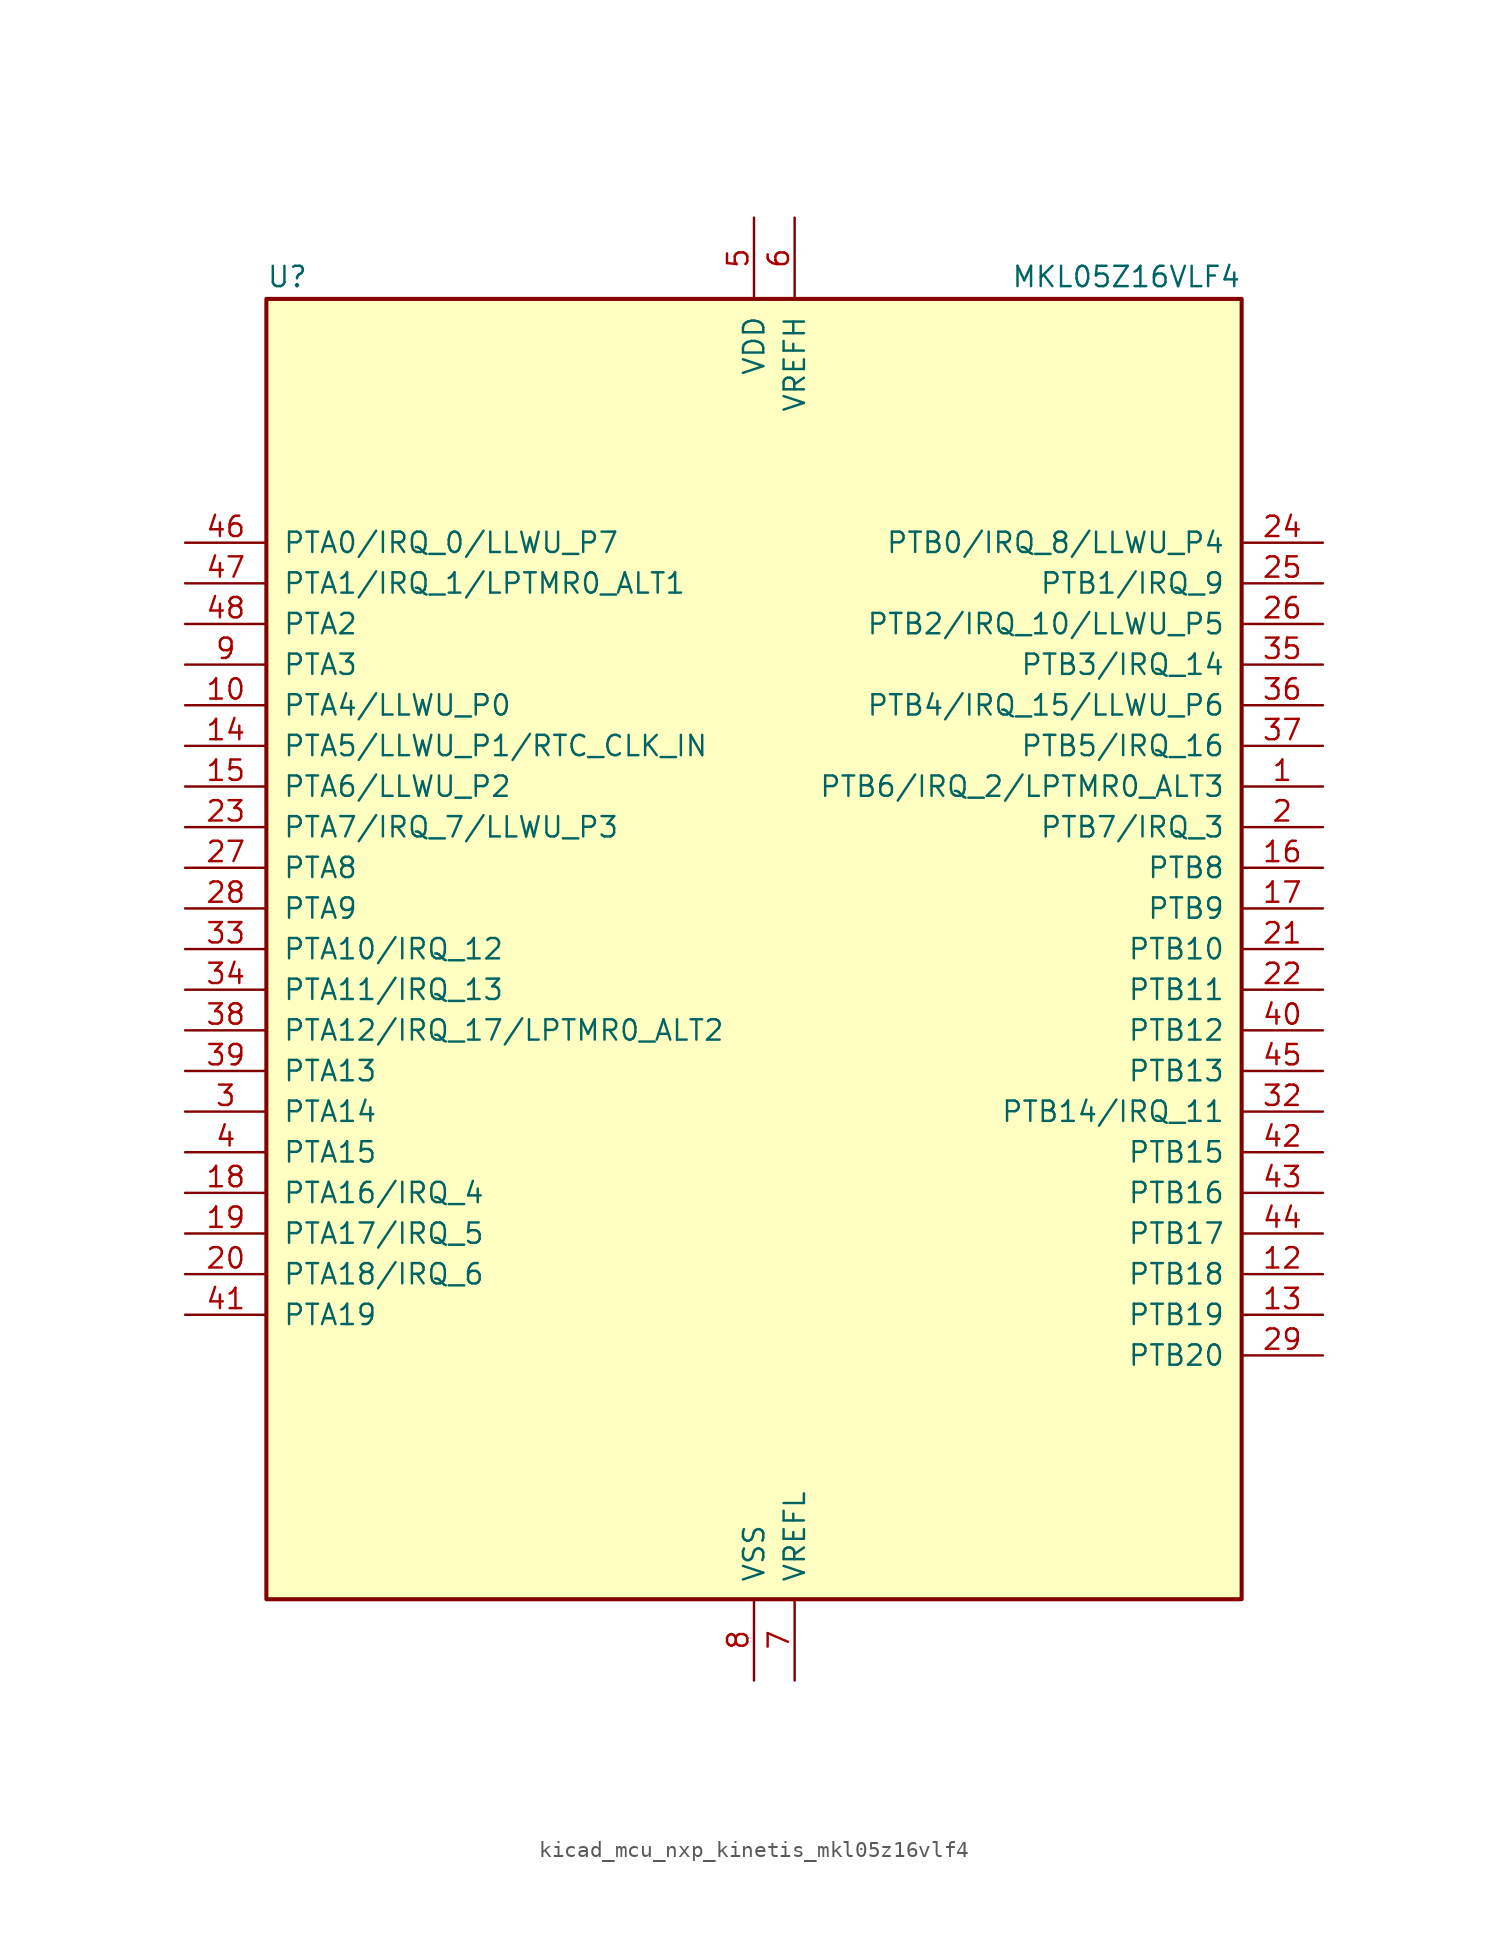
<source format=kicad_sym>
(kicad_symbol_lib
  (version 20220914)
  (generator kicad_symbol_editor)
  (symbol "kicad_mcu_nxp_kinetis_mkl05z16vlf4"
    (pin_names
      (offset 1.016))
    (property "Reference" "U"
      (at -30.48 41.275 0)
      (effects (font (size 1.27 1.27)) (justify left bottom)))
    (property "Value" "MKL05Z16VLF4"
      (at 30.48 41.275 0)
      (effects (font (size 1.27 1.27)) (justify right bottom)))
    (symbol "kicad_mcu_nxp_kinetis_mkl05z16vlf4_0_1"
      (rectangle (start -30.48 40.64) (end 30.48 -40.64) (stroke (width 0.254) (type default)) (fill (type background))))
    (symbol "kicad_mcu_nxp_kinetis_mkl05z16vlf4_1_1"
      (pin bidirectional line (at 35.56 10.16 180) (length 5.08) (name "PTB6/IRQ_2/LPTMR0_ALT3" (effects (font (size 1.27 1.27)))) (number "1" (effects (font (size 1.27 1.27)))))
      (pin bidirectional line (at -35.56 15.24 0) (length 5.08) (name "PTA4/LLWU_P0" (effects (font (size 1.27 1.27)))) (number "10" (effects (font (size 1.27 1.27)))))
      (pin passive line (at 0 -45.72 90) (length 5.08) hide (name "VSS" (effects (font (size 1.27 1.27)))) (number "11" (effects (font (size 1.27 1.27)))))
      (pin bidirectional line (at 35.56 -20.32 180) (length 5.08) (name "PTB18" (effects (font (size 1.27 1.27)))) (number "12" (effects (font (size 1.27 1.27)))))
      (pin bidirectional line (at 35.56 -22.86 180) (length 5.08) (name "PTB19" (effects (font (size 1.27 1.27)))) (number "13" (effects (font (size 1.27 1.27)))))
      (pin bidirectional line (at -35.56 12.7 0) (length 5.08) (name "PTA5/LLWU_P1/RTC_CLK_IN" (effects (font (size 1.27 1.27)))) (number "14" (effects (font (size 1.27 1.27)))))
      (pin bidirectional line (at -35.56 10.16 0) (length 5.08) (name "PTA6/LLWU_P2" (effects (font (size 1.27 1.27)))) (number "15" (effects (font (size 1.27 1.27)))))
      (pin bidirectional line (at 35.56 5.08 180) (length 5.08) (name "PTB8" (effects (font (size 1.27 1.27)))) (number "16" (effects (font (size 1.27 1.27)))))
      (pin bidirectional line (at 35.56 2.54 180) (length 5.08) (name "PTB9" (effects (font (size 1.27 1.27)))) (number "17" (effects (font (size 1.27 1.27)))))
      (pin bidirectional line (at -35.56 -15.24 0) (length 5.08) (name "PTA16/IRQ_4" (effects (font (size 1.27 1.27)))) (number "18" (effects (font (size 1.27 1.27)))))
      (pin bidirectional line (at -35.56 -17.78 0) (length 5.08) (name "PTA17/IRQ_5" (effects (font (size 1.27 1.27)))) (number "19" (effects (font (size 1.27 1.27)))))
      (pin bidirectional line (at 35.56 7.62 180) (length 5.08) (name "PTB7/IRQ_3" (effects (font (size 1.27 1.27)))) (number "2" (effects (font (size 1.27 1.27)))))
      (pin bidirectional line (at -35.56 -20.32 0) (length 5.08) (name "PTA18/IRQ_6" (effects (font (size 1.27 1.27)))) (number "20" (effects (font (size 1.27 1.27)))))
      (pin bidirectional line (at 35.56 0 180) (length 5.08) (name "PTB10" (effects (font (size 1.27 1.27)))) (number "21" (effects (font (size 1.27 1.27)))))
      (pin bidirectional line (at 35.56 -2.54 180) (length 5.08) (name "PTB11" (effects (font (size 1.27 1.27)))) (number "22" (effects (font (size 1.27 1.27)))))
      (pin bidirectional line (at -35.56 7.62 0) (length 5.08) (name "PTA7/IRQ_7/LLWU_P3" (effects (font (size 1.27 1.27)))) (number "23" (effects (font (size 1.27 1.27)))))
      (pin bidirectional line (at 35.56 25.4 180) (length 5.08) (name "PTB0/IRQ_8/LLWU_P4" (effects (font (size 1.27 1.27)))) (number "24" (effects (font (size 1.27 1.27)))))
      (pin bidirectional line (at 35.56 22.86 180) (length 5.08) (name "PTB1/IRQ_9" (effects (font (size 1.27 1.27)))) (number "25" (effects (font (size 1.27 1.27)))))
      (pin bidirectional line (at 35.56 20.32 180) (length 5.08) (name "PTB2/IRQ_10/LLWU_P5" (effects (font (size 1.27 1.27)))) (number "26" (effects (font (size 1.27 1.27)))))
      (pin bidirectional line (at -35.56 5.08 0) (length 5.08) (name "PTA8" (effects (font (size 1.27 1.27)))) (number "27" (effects (font (size 1.27 1.27)))))
      (pin bidirectional line (at -35.56 2.54 0) (length 5.08) (name "PTA9" (effects (font (size 1.27 1.27)))) (number "28" (effects (font (size 1.27 1.27)))))
      (pin bidirectional line (at 35.56 -25.4 180) (length 5.08) (name "PTB20" (effects (font (size 1.27 1.27)))) (number "29" (effects (font (size 1.27 1.27)))))
      (pin bidirectional line (at -35.56 -10.16 0) (length 5.08) (name "PTA14" (effects (font (size 1.27 1.27)))) (number "3" (effects (font (size 1.27 1.27)))))
      (pin passive line (at 0 -45.72 90) (length 5.08) hide (name "VSS" (effects (font (size 1.27 1.27)))) (number "30" (effects (font (size 1.27 1.27)))))
      (pin passive line (at 0 45.72 270) (length 5.08) hide (name "VDD" (effects (font (size 1.27 1.27)))) (number "31" (effects (font (size 1.27 1.27)))))
      (pin bidirectional line (at 35.56 -10.16 180) (length 5.08) (name "PTB14/IRQ_11" (effects (font (size 1.27 1.27)))) (number "32" (effects (font (size 1.27 1.27)))))
      (pin bidirectional line (at -35.56 0 0) (length 5.08) (name "PTA10/IRQ_12" (effects (font (size 1.27 1.27)))) (number "33" (effects (font (size 1.27 1.27)))))
      (pin bidirectional line (at -35.56 -2.54 0) (length 5.08) (name "PTA11/IRQ_13" (effects (font (size 1.27 1.27)))) (number "34" (effects (font (size 1.27 1.27)))))
      (pin bidirectional line (at 35.56 17.78 180) (length 5.08) (name "PTB3/IRQ_14" (effects (font (size 1.27 1.27)))) (number "35" (effects (font (size 1.27 1.27)))))
      (pin bidirectional line (at 35.56 15.24 180) (length 5.08) (name "PTB4/IRQ_15/LLWU_P6" (effects (font (size 1.27 1.27)))) (number "36" (effects (font (size 1.27 1.27)))))
      (pin bidirectional line (at 35.56 12.7 180) (length 5.08) (name "PTB5/IRQ_16" (effects (font (size 1.27 1.27)))) (number "37" (effects (font (size 1.27 1.27)))))
      (pin bidirectional line (at -35.56 -5.08 0) (length 5.08) (name "PTA12/IRQ_17/LPTMR0_ALT2" (effects (font (size 1.27 1.27)))) (number "38" (effects (font (size 1.27 1.27)))))
      (pin bidirectional line (at -35.56 -7.62 0) (length 5.08) (name "PTA13" (effects (font (size 1.27 1.27)))) (number "39" (effects (font (size 1.27 1.27)))))
      (pin bidirectional line (at -35.56 -12.7 0) (length 5.08) (name "PTA15" (effects (font (size 1.27 1.27)))) (number "4" (effects (font (size 1.27 1.27)))))
      (pin bidirectional line (at 35.56 -5.08 180) (length 5.08) (name "PTB12" (effects (font (size 1.27 1.27)))) (number "40" (effects (font (size 1.27 1.27)))))
      (pin bidirectional line (at -35.56 -22.86 0) (length 5.08) (name "PTA19" (effects (font (size 1.27 1.27)))) (number "41" (effects (font (size 1.27 1.27)))))
      (pin bidirectional line (at 35.56 -12.7 180) (length 5.08) (name "PTB15" (effects (font (size 1.27 1.27)))) (number "42" (effects (font (size 1.27 1.27)))))
      (pin bidirectional line (at 35.56 -15.24 180) (length 5.08) (name "PTB16" (effects (font (size 1.27 1.27)))) (number "43" (effects (font (size 1.27 1.27)))))
      (pin bidirectional line (at 35.56 -17.78 180) (length 5.08) (name "PTB17" (effects (font (size 1.27 1.27)))) (number "44" (effects (font (size 1.27 1.27)))))
      (pin bidirectional line (at 35.56 -7.62 180) (length 5.08) (name "PTB13" (effects (font (size 1.27 1.27)))) (number "45" (effects (font (size 1.27 1.27)))))
      (pin bidirectional line (at -35.56 25.4 0) (length 5.08) (name "PTA0/IRQ_0/LLWU_P7" (effects (font (size 1.27 1.27)))) (number "46" (effects (font (size 1.27 1.27)))))
      (pin bidirectional line (at -35.56 22.86 0) (length 5.08) (name "PTA1/IRQ_1/LPTMR0_ALT1" (effects (font (size 1.27 1.27)))) (number "47" (effects (font (size 1.27 1.27)))))
      (pin bidirectional line (at -35.56 20.32 0) (length 5.08) (name "PTA2" (effects (font (size 1.27 1.27)))) (number "48" (effects (font (size 1.27 1.27)))))
      (pin power_in line (at 0 45.72 270) (length 5.08) (name "VDD" (effects (font (size 1.27 1.27)))) (number "5" (effects (font (size 1.27 1.27)))))
      (pin power_in line (at 2.54 45.72 270) (length 5.08) (name "VREFH" (effects (font (size 1.27 1.27)))) (number "6" (effects (font (size 1.27 1.27)))))
      (pin power_in line (at 2.54 -45.72 90) (length 5.08) (name "VREFL" (effects (font (size 1.27 1.27)))) (number "7" (effects (font (size 1.27 1.27)))))
      (pin power_in line (at 0 -45.72 90) (length 5.08) (name "VSS" (effects (font (size 1.27 1.27)))) (number "8" (effects (font (size 1.27 1.27)))))
      (pin bidirectional line (at -35.56 17.78 0) (length 5.08) (name "PTA3" (effects (font (size 1.27 1.27)))) (number "9" (effects (font (size 1.27 1.27))))))))
</source>
